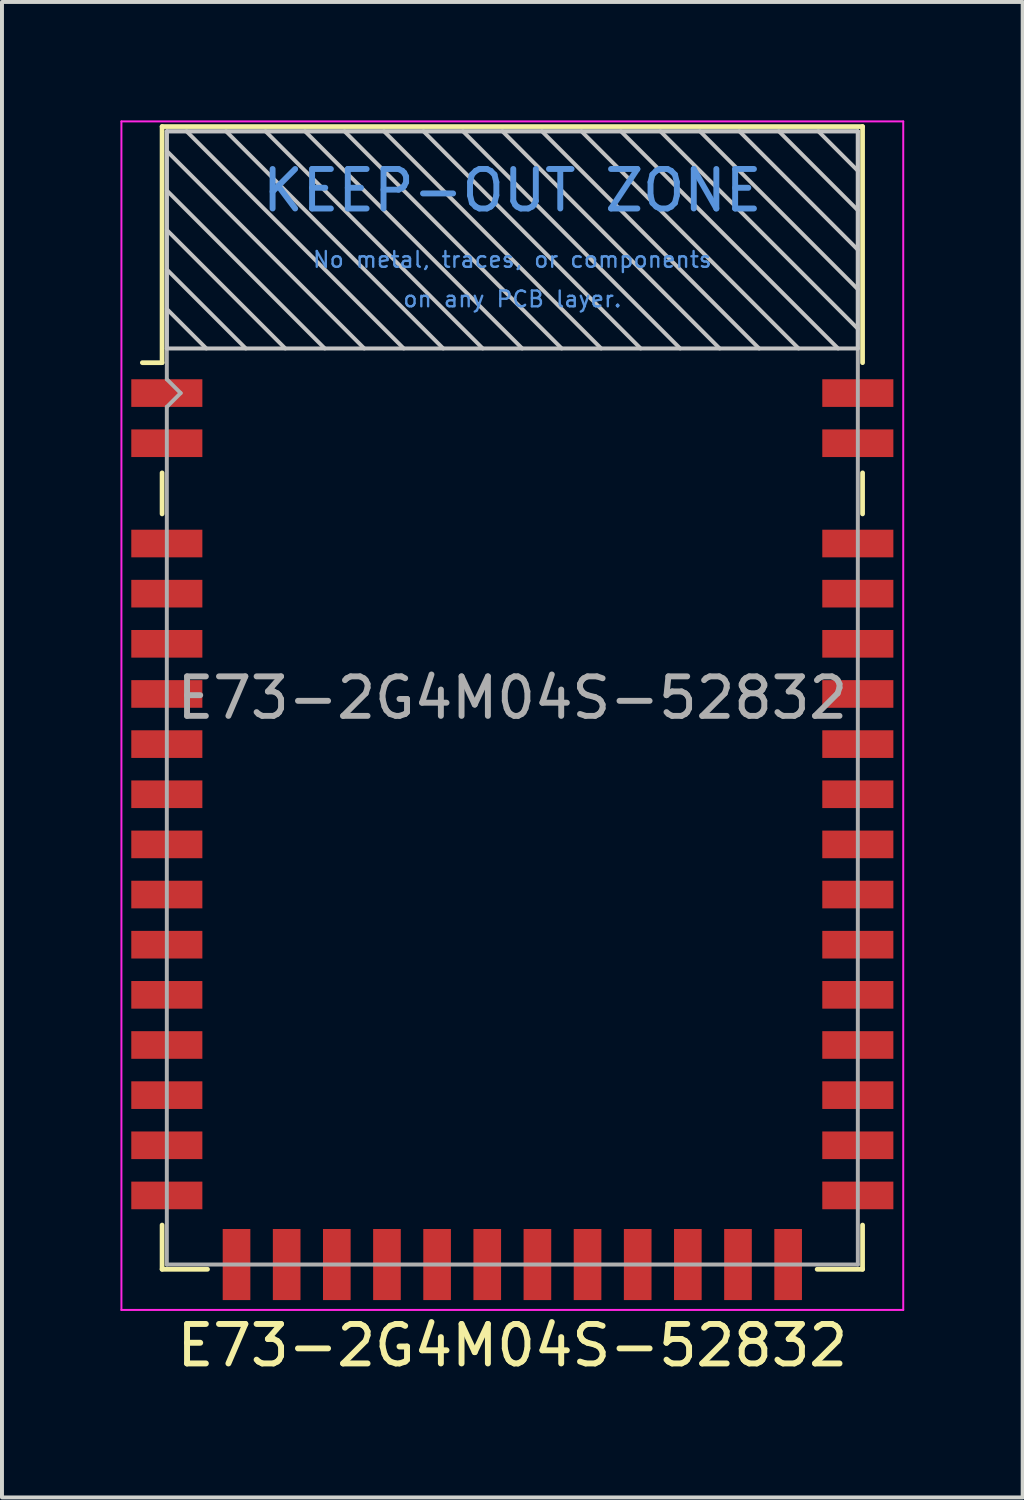
<source format=kicad_pcb>
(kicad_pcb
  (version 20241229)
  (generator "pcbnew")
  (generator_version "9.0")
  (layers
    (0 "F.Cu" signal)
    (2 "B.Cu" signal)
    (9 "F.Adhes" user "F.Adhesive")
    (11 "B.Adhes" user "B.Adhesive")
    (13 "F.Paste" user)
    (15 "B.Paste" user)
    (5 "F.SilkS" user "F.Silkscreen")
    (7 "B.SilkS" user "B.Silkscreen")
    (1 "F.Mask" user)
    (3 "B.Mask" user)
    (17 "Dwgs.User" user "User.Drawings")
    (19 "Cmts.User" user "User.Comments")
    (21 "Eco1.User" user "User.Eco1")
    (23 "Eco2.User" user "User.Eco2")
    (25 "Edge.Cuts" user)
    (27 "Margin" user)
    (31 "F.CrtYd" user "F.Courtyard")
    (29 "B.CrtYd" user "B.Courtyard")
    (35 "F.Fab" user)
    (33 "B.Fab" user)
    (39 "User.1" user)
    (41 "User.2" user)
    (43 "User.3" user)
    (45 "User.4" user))
  (footprint "E73-2G4M04S-52832"
    (layer "F.Cu")
    (at 9.925 14.625)
    (property "Reference" "E73-2G4M04S-52832" (at 0 16.4 0) (layer "F.SilkS") (effects (font (size 1 1) (thickness 0.15))))
    (attr smd)
    (fp_line (start -8.87 -14.47) (end -8.87 -8.49) (stroke (width 0.12) (type solid)) (layer "F.SilkS"))
    (fp_line (start -8.87 -8.49) (end -9.37 -8.49) (stroke (width 0.12) (type solid)) (layer "F.SilkS"))
    (fp_line (start -8.87 -5.7) (end -8.87 -4.66) (stroke (width 0.12) (type solid)) (layer "F.SilkS"))
    (fp_line (start -8.87 14.47) (end -8.87 13.35) (stroke (width 0.12) (type solid)) (layer "F.SilkS"))
    (fp_line (start -8.87 14.47) (end -7.72 14.47) (stroke (width 0.12) (type solid)) (layer "F.SilkS"))
    (fp_line (start 8.87 -14.47) (end -8.87 -14.47) (stroke (width 0.12) (type solid)) (layer "F.SilkS"))
    (fp_line (start 8.87 -14.47) (end 8.87 -8.49) (stroke (width 0.12) (type solid)) (layer "F.SilkS"))
    (fp_line (start 8.87 -5.7) (end 8.87 -4.66) (stroke (width 0.12) (type solid)) (layer "F.SilkS"))
    (fp_line (start 8.87 14.47) (end 7.72 14.47) (stroke (width 0.12) (type solid)) (layer "F.SilkS"))
    (fp_line (start 8.87 14.47) (end 8.87 13.35) (stroke (width 0.12) (type solid)) (layer "F.SilkS"))
    (fp_line (start -8.75 -14.35) (end 8.75 -14.35) (stroke (width 0.1) (type solid)) (layer "Dwgs.User"))
    (fp_line (start -8.75 -13.85) (end -3.75 -8.85) (stroke (width 0.1) (type solid)) (layer "Dwgs.User"))
    (fp_line (start -8.75 -11.85) (end -5.75 -8.85) (stroke (width 0.1) (type solid)) (layer "Dwgs.User"))
    (fp_line (start -8.75 -10.85) (end -6.75 -8.85) (stroke (width 0.1) (type solid)) (layer "Dwgs.User"))
    (fp_line (start -8.75 -9.85) (end -7.75 -8.85) (stroke (width 0.1) (type solid)) (layer "Dwgs.User"))
    (fp_line (start -8.75 -8.85) (end -8.75 -14.35) (stroke (width 0.1) (type solid)) (layer "Dwgs.User"))
    (fp_line (start -7.25 -14.35) (end -1.75 -8.85) (stroke (width 0.1) (type solid)) (layer "Dwgs.User"))
    (fp_line (start -5.25 -14.35) (end 0.25 -8.85) (stroke (width 0.1) (type solid)) (layer "Dwgs.User"))
    (fp_line (start -4.75 -8.85) (end -8.75 -12.85) (stroke (width 0.1) (type solid)) (layer "Dwgs.User"))
    (fp_line (start -3.25 -14.35) (end 2.25 -8.85) (stroke (width 0.1) (type solid)) (layer "Dwgs.User"))
    (fp_line (start -2.75 -8.85) (end -8.25 -14.35) (stroke (width 0.1) (type solid)) (layer "Dwgs.User"))
    (fp_line (start -1.25 -14.35) (end 4.25 -8.85) (stroke (width 0.1) (type solid)) (layer "Dwgs.User"))
    (fp_line (start -0.75 -8.85) (end -6.25 -14.35) (stroke (width 0.1) (type solid)) (layer "Dwgs.User"))
    (fp_line (start 0.75 -14.35) (end 6.25 -8.85) (stroke (width 0.1) (type solid)) (layer "Dwgs.User"))
    (fp_line (start 1.25 -8.85) (end -4.25 -14.35) (stroke (width 0.1) (type solid)) (layer "Dwgs.User"))
    (fp_line (start 2.75 -14.35) (end 8.25 -8.85) (stroke (width 0.1) (type solid)) (layer "Dwgs.User"))
    (fp_line (start 3.25 -8.85) (end -2.25 -14.35) (stroke (width 0.1) (type solid)) (layer "Dwgs.User"))
    (fp_line (start 4.75 -14.35) (end 8.75 -10.35) (stroke (width 0.1) (type solid)) (layer "Dwgs.User"))
    (fp_line (start 5.25 -8.85) (end -0.25 -14.35) (stroke (width 0.1) (type solid)) (layer "Dwgs.User"))
    (fp_line (start 6.75 -14.35) (end 8.75 -12.35) (stroke (width 0.1) (type solid)) (layer "Dwgs.User"))
    (fp_line (start 7.25 -8.85) (end 1.75 -14.35) (stroke (width 0.1) (type solid)) (layer "Dwgs.User"))
    (fp_line (start 8.75 -14.35) (end 8.75 -8.85) (stroke (width 0.1) (type solid)) (layer "Dwgs.User"))
    (fp_line (start 8.75 -13.35) (end 7.75 -14.35) (stroke (width 0.1) (type solid)) (layer "Dwgs.User"))
    (fp_line (start 8.75 -11.35) (end 5.75 -14.35) (stroke (width 0.1) (type solid)) (layer "Dwgs.User"))
    (fp_line (start 8.75 -9.35) (end 3.75 -14.35) (stroke (width 0.1) (type solid)) (layer "Dwgs.User"))
    (fp_line (start 8.75 -8.85) (end -8.75 -8.85) (stroke (width 0.1) (type solid)) (layer "Dwgs.User"))
    (fp_line (start -9.9 -14.6) (end -9.9 15.5) (stroke (width 0.05) (type solid)) (layer "F.CrtYd"))
    (fp_line (start -9.9 15.5) (end 9.9 15.5) (stroke (width 0.05) (type solid)) (layer "F.CrtYd"))
    (fp_line (start 9.9 -14.6) (end -9.9 -14.6) (stroke (width 0.05) (type solid)) (layer "F.CrtYd"))
    (fp_line (start 9.9 15.5) (end 9.9 -14.6) (stroke (width 0.05) (type solid)) (layer "F.CrtYd"))
    (fp_line (start -8.75 -8.07) (end -8.75 -14.35) (stroke (width 0.1) (type solid)) (layer "F.Fab"))
    (fp_line (start -8.75 -8.07) (end -8.4 -7.72) (stroke (width 0.1) (type solid)) (layer "F.Fab"))
    (fp_line (start -8.75 -7.37) (end -8.75 14.35) (stroke (width 0.1) (type solid)) (layer "F.Fab"))
    (fp_line (start -8.75 14.35) (end 8.75 14.35) (stroke (width 0.1) (type solid)) (layer "F.Fab"))
    (fp_line (start -8.4 -7.72) (end -8.75 -7.37) (stroke (width 0.1) (type solid)) (layer "F.Fab"))
    (fp_line (start 8.75 -14.35) (end -8.75 -14.35) (stroke (width 0.1) (type solid)) (layer "F.Fab"))
    (fp_line (start 8.75 14.35) (end 8.75 -14.35) (stroke (width 0.1) (type solid)) (layer "F.Fab"))
    (fp_text user "on any PCB layer." (at 0 -10.1 0) (layer "Cmts.User") (effects (font (size 0.4 0.4) (thickness 0.06))))
    (fp_text user "No metal, traces, or components" (at 0 -11.1 0) (layer "Cmts.User") (effects (font (size 0.4 0.4) (thickness 0.06))))
    (fp_text user "KEEP-OUT ZONE" (at 0 -12.85 0) (layer "Cmts.User") (effects (font (size 1 1) (thickness 0.15))))
    (fp_text user "${REFERENCE}" (at 0 0 0) (layer "F.Fab") (effects (font (size 1 1) (thickness 0.15))))
    (pad "0" smd rect (at -8.75 -7.72) (size 1.8 0.7) (layers "F.Cu" "F.Mask" "F.Paste"))
    (pad "1" smd rect (at -8.75 -6.45) (size 1.8 0.7) (layers "F.Cu" "F.Mask" "F.Paste"))
    (pad "2" smd rect (at -8.75 -3.91) (size 1.8 0.7) (layers "F.Cu" "F.Mask" "F.Paste"))
    (pad "3" smd rect (at -8.75 -2.64) (size 1.8 0.7) (layers "F.Cu" "F.Mask" "F.Paste"))
    (pad "4" smd rect (at -8.75 -1.37) (size 1.8 0.7) (layers "F.Cu" "F.Mask" "F.Paste"))
    (pad "5" smd rect (at -8.75 -0.1) (size 1.8 0.7) (layers "F.Cu" "F.Mask" "F.Paste"))
    (pad "6" smd rect (at -8.75 1.17) (size 1.8 0.7) (layers "F.Cu" "F.Mask" "F.Paste"))
    (pad "7" smd rect (at -8.75 2.44) (size 1.8 0.7) (layers "F.Cu" "F.Mask" "F.Paste"))
    (pad "8" smd rect (at -8.75 3.71) (size 1.8 0.7) (layers "F.Cu" "F.Mask" "F.Paste"))
    (pad "9" smd rect (at -8.75 4.98) (size 1.8 0.7) (layers "F.Cu" "F.Mask" "F.Paste"))
    (pad "10" smd rect (at -8.75 6.25) (size 1.8 0.7) (layers "F.Cu" "F.Mask" "F.Paste"))
    (pad "11" smd rect (at -8.75 7.52) (size 1.8 0.7) (layers "F.Cu" "F.Mask" "F.Paste"))
    (pad "12" smd rect (at -8.75 8.79) (size 1.8 0.7) (layers "F.Cu" "F.Mask" "F.Paste"))
    (pad "13" smd rect (at -8.75 10.06) (size 1.8 0.7) (layers "F.Cu" "F.Mask" "F.Paste"))
    (pad "14" smd rect (at -8.75 11.33) (size 1.8 0.7) (layers "F.Cu" "F.Mask" "F.Paste"))
    (pad "15" smd rect (at -8.75 12.6) (size 1.8 0.7) (layers "F.Cu" "F.Mask" "F.Paste"))
    (pad "16" smd rect (at -6.985 14.35) (size 0.7 1.8) (layers "F.Cu" "F.Mask" "F.Paste"))
    (pad "17" smd rect (at -5.715 14.35) (size 0.7 1.8) (layers "F.Cu" "F.Mask" "F.Paste"))
    (pad "18" smd rect (at -4.445 14.35) (size 0.7 1.8) (layers "F.Cu" "F.Mask" "F.Paste"))
    (pad "19" smd rect (at -3.175 14.35) (size 0.7 1.8) (layers "F.Cu" "F.Mask" "F.Paste"))
    (pad "20" smd rect (at -1.905 14.35) (size 0.7 1.8) (layers "F.Cu" "F.Mask" "F.Paste"))
    (pad "21" smd rect (at -0.635 14.35) (size 0.7 1.8) (layers "F.Cu" "F.Mask" "F.Paste"))
    (pad "22" smd rect (at 0.635 14.35) (size 0.7 1.8) (layers "F.Cu" "F.Mask" "F.Paste"))
    (pad "23" smd rect (at 1.905 14.35) (size 0.7 1.8) (layers "F.Cu" "F.Mask" "F.Paste"))
    (pad "24" smd rect (at 3.175 14.35) (size 0.7 1.8) (layers "F.Cu" "F.Mask" "F.Paste"))
    (pad "25" smd rect (at 4.445 14.35) (size 0.7 1.8) (layers "F.Cu" "F.Mask" "F.Paste"))
    (pad "26" smd rect (at 5.715 14.35) (size 0.7 1.8) (layers "F.Cu" "F.Mask" "F.Paste"))
    (pad "27" smd rect (at 6.985 14.35) (size 0.7 1.8) (layers "F.Cu" "F.Mask" "F.Paste"))
    (pad "28" smd rect (at 8.75 12.6) (size 1.8 0.7) (layers "F.Cu" "F.Mask" "F.Paste"))
    (pad "29" smd rect (at 8.75 11.33) (size 1.8 0.7) (layers "F.Cu" "F.Mask" "F.Paste"))
    (pad "30" smd rect (at 8.75 10.06) (size 1.8 0.7) (layers "F.Cu" "F.Mask" "F.Paste"))
    (pad "31" smd rect (at 8.75 8.79) (size 1.8 0.7) (layers "F.Cu" "F.Mask" "F.Paste"))
    (pad "32" smd rect (at 8.75 7.52) (size 1.8 0.7) (layers "F.Cu" "F.Mask" "F.Paste"))
    (pad "33" smd rect (at 8.75 6.25) (size 1.8 0.7) (layers "F.Cu" "F.Mask" "F.Paste"))
    (pad "34" smd rect (at 8.75 4.98) (size 1.8 0.7) (layers "F.Cu" "F.Mask" "F.Paste"))
    (pad "35" smd rect (at 8.75 3.71) (size 1.8 0.7) (layers "F.Cu" "F.Mask" "F.Paste"))
    (pad "36" smd rect (at 8.75 2.44) (size 1.8 0.7) (layers "F.Cu" "F.Mask" "F.Paste"))
    (pad "37" smd rect (at 8.75 1.17) (size 1.8 0.7) (layers "F.Cu" "F.Mask" "F.Paste"))
    (pad "38" smd rect (at 8.75 -0.1) (size 1.8 0.7) (layers "F.Cu" "F.Mask" "F.Paste"))
    (pad "39" smd rect (at 8.75 -1.37) (size 1.8 0.7) (layers "F.Cu" "F.Mask" "F.Paste"))
    (pad "40" smd rect (at 8.75 -2.64) (size 1.8 0.7) (layers "F.Cu" "F.Mask" "F.Paste"))
    (pad "41" smd rect (at 8.75 -3.91) (size 1.8 0.7) (layers "F.Cu" "F.Mask" "F.Paste"))
    (pad "42" smd rect (at 8.75 -6.45) (size 1.8 0.7) (layers "F.Cu" "F.Mask" "F.Paste"))
    (pad "43" smd rect (at 8.75 -7.72) (size 1.8 0.7) (layers "F.Cu" "F.Mask" "F.Paste")))
  (gr_rect
    (start -3 -3)
    (end 22.85 34.873)
    (stroke (width 0.1) (type default))
    (fill no)
    (layer "Edge.Cuts")))
</source>
